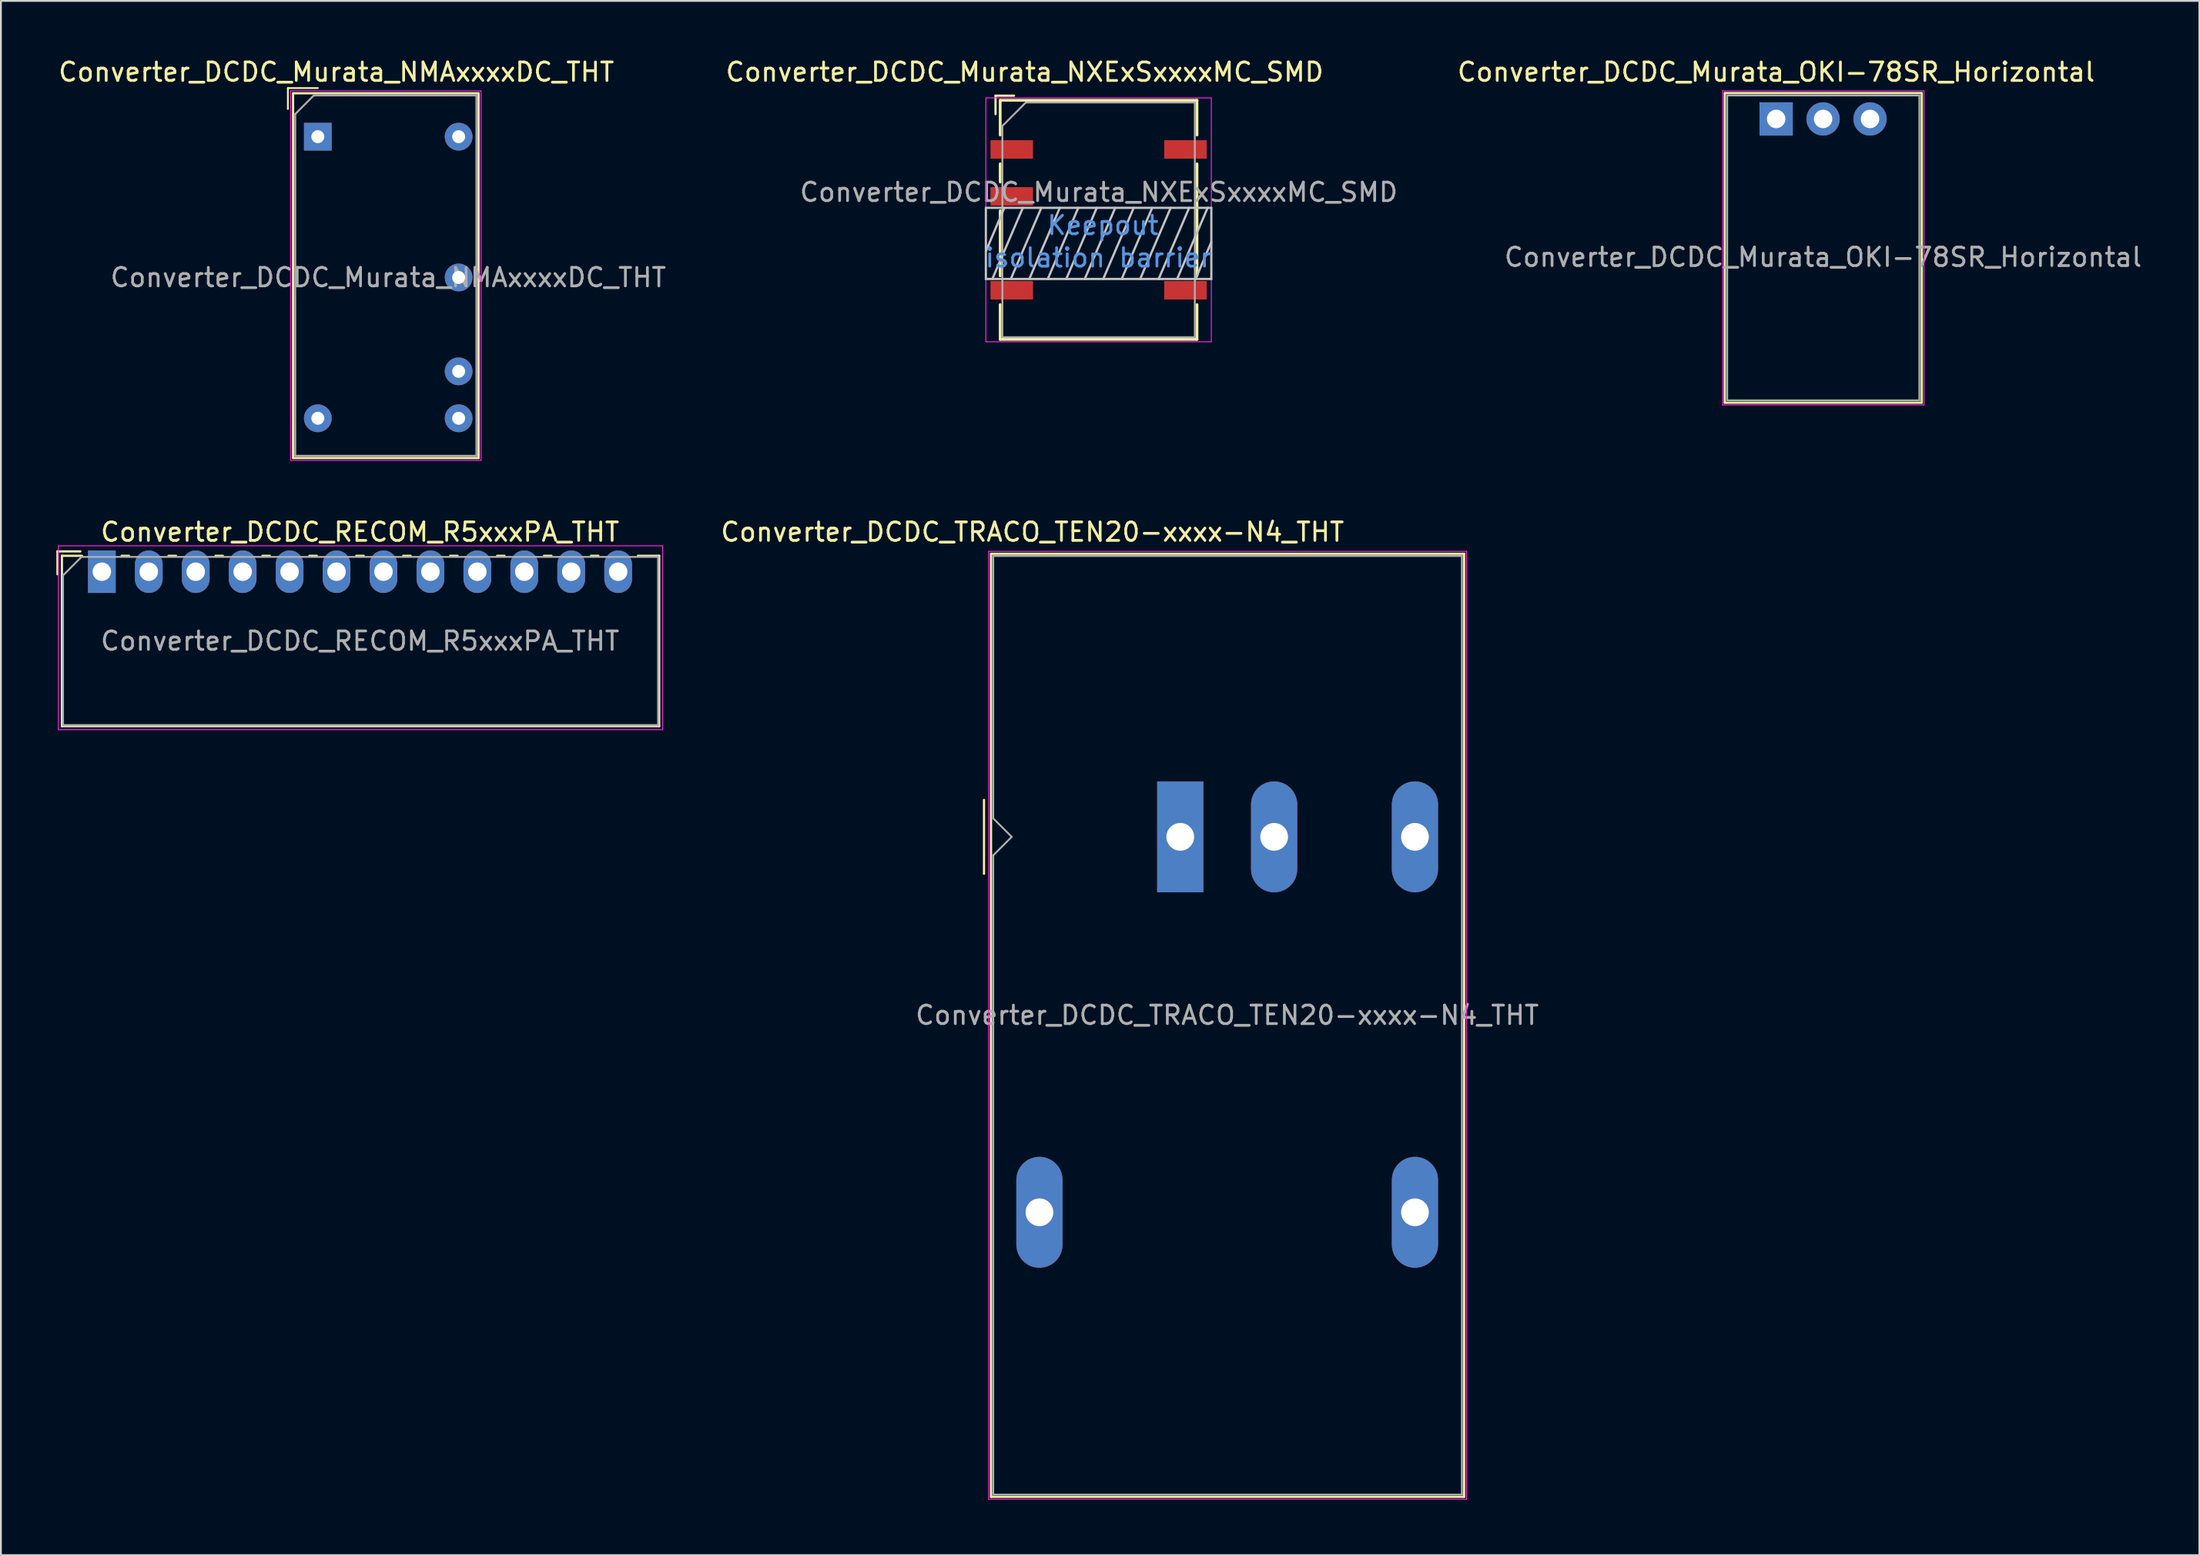
<source format=kicad_pcb>
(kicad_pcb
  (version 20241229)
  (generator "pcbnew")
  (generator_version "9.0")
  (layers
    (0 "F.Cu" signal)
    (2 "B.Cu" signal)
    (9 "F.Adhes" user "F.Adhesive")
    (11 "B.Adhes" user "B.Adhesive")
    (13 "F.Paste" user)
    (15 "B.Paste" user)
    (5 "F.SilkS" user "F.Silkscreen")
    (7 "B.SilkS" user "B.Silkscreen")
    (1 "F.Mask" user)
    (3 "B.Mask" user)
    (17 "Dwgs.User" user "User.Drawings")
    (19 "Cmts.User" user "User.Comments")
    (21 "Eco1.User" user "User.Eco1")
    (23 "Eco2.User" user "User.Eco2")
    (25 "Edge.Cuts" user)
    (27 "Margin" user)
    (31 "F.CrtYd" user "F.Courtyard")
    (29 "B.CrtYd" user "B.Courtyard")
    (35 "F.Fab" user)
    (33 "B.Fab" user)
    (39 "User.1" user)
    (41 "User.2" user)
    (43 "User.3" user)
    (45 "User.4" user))
  (footprint "Converter_DCDC_Murata_OKI-78SR_Horizontal"
    (layer "F.Cu")
    (at 93.064 3.388)
    (property "Reference" "Converter_DCDC_Murata_OKI-78SR_Horizontal" (at 0 -2.54 180) (layer "F.SilkS") (effects (font (size 1 1) (thickness 0.15))))
    (attr through_hole)
    (fp_line (start -2.78 -1.4) (end -2.78 15.36) (stroke (width 0.12) (type solid)) (layer "F.SilkS"))
    (fp_line (start -2.78 15.36) (end 7.88 15.36) (stroke (width 0.12) (type solid)) (layer "F.SilkS"))
    (fp_line (start 7.88 -1.4) (end -2.77 -1.4) (stroke (width 0.12) (type solid)) (layer "F.SilkS"))
    (fp_line (start 7.88 15.36) (end 7.88 -1.4) (stroke (width 0.12) (type solid)) (layer "F.SilkS"))
    (fp_line (start -2.9 -1.52) (end -2.9 15.48) (stroke (width 0.05) (type solid)) (layer "F.CrtYd"))
    (fp_line (start -2.9 15.48) (end 8 15.48) (stroke (width 0.05) (type solid)) (layer "F.CrtYd"))
    (fp_line (start 8 -1.52) (end -2.9 -1.52) (stroke (width 0.05) (type solid)) (layer "F.CrtYd"))
    (fp_line (start 8 15.48) (end 8 -1.52) (stroke (width 0.05) (type solid)) (layer "F.CrtYd"))
    (fp_line (start -2.65 -1.27) (end 7.75 -1.27) (stroke (width 0.1) (type solid)) (layer "F.Fab"))
    (fp_line (start -2.65 15.23) (end -2.65 -1.27) (stroke (width 0.1) (type solid)) (layer "F.Fab"))
    (fp_line (start 7.75 -1.27) (end 7.75 15.23) (stroke (width 0.1) (type solid)) (layer "F.Fab"))
    (fp_line (start 7.75 15.23) (end -2.65 15.23) (stroke (width 0.1) (type solid)) (layer "F.Fab"))
    (fp_text user "${REFERENCE}" (at 2.54 7.48 180) (layer "F.Fab") (effects (font (size 1 1) (thickness 0.15))))
    (pad "1" thru_hole rect (at 0 0 180) (size 1.8 1.8) (drill 1) (layers "*.Cu" "*.Mask"))
    (pad "2" thru_hole circle (at 2.54 0 180) (size 1.8 1.8) (drill 1) (layers "*.Cu" "*.Mask"))
    (pad "3" thru_hole circle (at 5.08 0 180) (size 1.8 1.8) (drill 1) (layers "*.Cu" "*.Mask")))
  (footprint "Converter_DCDC_RECOM_R5xxxPA_THT"
    (layer "F.Cu")
    (at 2.461 27.892)
    (property "Reference" "Converter_DCDC_RECOM_R5xxxPA_THT" (at 13.97 -2.15 0) (layer "F.SilkS") (effects (font (size 1 1) (thickness 0.15))))
    (attr through_hole)
    (fp_line (start -2.401 -1.1) (end -1.161 -1.1) (stroke (width 0.12) (type solid)) (layer "F.SilkS"))
    (fp_line (start -2.401 0.14) (end -2.401 -1.1) (stroke (width 0.12) (type solid)) (layer "F.SilkS"))
    (fp_line (start -2.16 -0.861) (end -2.16 8.36) (stroke (width 0.12) (type solid)) (layer "F.SilkS"))
    (fp_line (start -2.16 -0.861) (end -1.07 -0.861) (stroke (width 0.12) (type solid)) (layer "F.SilkS"))
    (fp_line (start -2.16 8.36) (end 30.16 8.36) (stroke (width 0.12) (type solid)) (layer "F.SilkS"))
    (fp_line (start 1.07 -0.861) (end 1.471 -0.861) (stroke (width 0.12) (type solid)) (layer "F.SilkS"))
    (fp_line (start 3.61 -0.861) (end 4.01 -0.861) (stroke (width 0.12) (type solid)) (layer "F.SilkS"))
    (fp_line (start 6.15 -0.861) (end 6.551 -0.861) (stroke (width 0.12) (type solid)) (layer "F.SilkS"))
    (fp_line (start 8.69 -0.861) (end 9.09 -0.861) (stroke (width 0.12) (type solid)) (layer "F.SilkS"))
    (fp_line (start 11.23 -0.861) (end 11.63 -0.861) (stroke (width 0.12) (type solid)) (layer "F.SilkS"))
    (fp_line (start 13.77 -0.861) (end 14.17 -0.861) (stroke (width 0.12) (type solid)) (layer "F.SilkS"))
    (fp_line (start 16.31 -0.861) (end 16.71 -0.861) (stroke (width 0.12) (type solid)) (layer "F.SilkS"))
    (fp_line (start 18.85 -0.861) (end 19.25 -0.861) (stroke (width 0.12) (type solid)) (layer "F.SilkS"))
    (fp_line (start 21.39 -0.861) (end 21.79 -0.861) (stroke (width 0.12) (type solid)) (layer "F.SilkS"))
    (fp_line (start 23.93 -0.861) (end 24.33 -0.861) (stroke (width 0.12) (type solid)) (layer "F.SilkS"))
    (fp_line (start 26.47 -0.861) (end 26.87 -0.861) (stroke (width 0.12) (type solid)) (layer "F.SilkS"))
    (fp_line (start 29.01 -0.861) (end 30.16 -0.861) (stroke (width 0.12) (type solid)) (layer "F.SilkS"))
    (fp_line (start 30.16 -0.861) (end 30.16 8.36) (stroke (width 0.12) (type solid)) (layer "F.SilkS"))
    (fp_line (start -2.35 -1.4) (end -2.35 8.55) (stroke (width 0.05) (type solid)) (layer "F.CrtYd"))
    (fp_line (start -2.35 8.55) (end 30.35 8.55) (stroke (width 0.05) (type solid)) (layer "F.CrtYd"))
    (fp_line (start 30.35 -1.4) (end -2.35 -1.4) (stroke (width 0.05) (type solid)) (layer "F.CrtYd"))
    (fp_line (start 30.35 8.55) (end 30.35 -1.4) (stroke (width 0.05) (type solid)) (layer "F.CrtYd"))
    (fp_line (start -2.1 0.2) (end -1.1 -0.8) (stroke (width 0.1) (type solid)) (layer "F.Fab"))
    (fp_line (start -2.1 8.3) (end -2.1 0.2) (stroke (width 0.1) (type solid)) (layer "F.Fab"))
    (fp_line (start -1.1 -0.8) (end 30.1 -0.8) (stroke (width 0.1) (type solid)) (layer "F.Fab"))
    (fp_line (start 30.1 -0.8) (end 30.1 8.3) (stroke (width 0.1) (type solid)) (layer "F.Fab"))
    (fp_line (start 30.1 8.3) (end -2.1 8.3) (stroke (width 0.1) (type solid)) (layer "F.Fab"))
    (fp_text user "${REFERENCE}" (at 13.97 3.75 0) (layer "F.Fab") (effects (font (size 1 1) (thickness 0.15))))
    (pad "1" thru_hole rect (at 0 0) (size 1.5 2.3) (drill 1) (layers "*.Cu" "*.Mask"))
    (pad "2" thru_hole oval (at 2.54 0) (size 1.5 2.3) (drill 1) (layers "*.Cu" "*.Mask"))
    (pad "3" thru_hole oval (at 5.08 0) (size 1.5 2.3) (drill 1) (layers "*.Cu" "*.Mask"))
    (pad "4" thru_hole oval (at 7.62 0) (size 1.5 2.3) (drill 1) (layers "*.Cu" "*.Mask"))
    (pad "5" thru_hole oval (at 10.16 0) (size 1.5 2.3) (drill 1) (layers "*.Cu" "*.Mask"))
    (pad "6" thru_hole oval (at 12.7 0) (size 1.5 2.3) (drill 1) (layers "*.Cu" "*.Mask"))
    (pad "7" thru_hole oval (at 15.24 0) (size 1.5 2.3) (drill 1) (layers "*.Cu" "*.Mask"))
    (pad "8" thru_hole oval (at 17.78 0) (size 1.5 2.3) (drill 1) (layers "*.Cu" "*.Mask"))
    (pad "9" thru_hole oval (at 20.32 0) (size 1.5 2.3) (drill 1) (layers "*.Cu" "*.Mask"))
    (pad "10" thru_hole oval (at 22.86 0) (size 1.5 2.3) (drill 1) (layers "*.Cu" "*.Mask"))
    (pad "11" thru_hole oval (at 25.4 0) (size 1.5 2.3) (drill 1) (layers "*.Cu" "*.Mask"))
    (pad "12" thru_hole oval (at 27.94 0) (size 1.5 2.3) (drill 1) (layers "*.Cu" "*.Mask")))
  (footprint "Converter_DCDC_Murata_NXExSxxxxMC_SMD"
    (layer "F.Cu")
    (at 56.399 10.118)
    (property "Reference" "Converter_DCDC_Murata_NXExSxxxxMC_SMD" (at -4 -9.27 0) (layer "F.SilkS") (effects (font (size 1 1) (thickness 0.15))))
    (attr smd)
    (fp_line (start -5.577 -7.99) (end -5.577 -6.99) (stroke (width 0.12) (type solid)) (layer "F.SilkS"))
    (fp_line (start -5.325 -7.74) (end 5.325 -7.74) (stroke (width 0.15) (type solid)) (layer "F.SilkS"))
    (fp_line (start -5.325 -5.86) (end -5.325 -7.74) (stroke (width 0.15) (type solid)) (layer "F.SilkS"))
    (fp_line (start -5.325 -3.32) (end -5.325 -4.3) (stroke (width 0.15) (type solid)) (layer "F.SilkS"))
    (fp_line (start -5.325 1.76) (end -5.325 -1.76) (stroke (width 0.15) (type solid)) (layer "F.SilkS"))
    (fp_line (start -5.325 5.2) (end -5.325 3.32) (stroke (width 0.15) (type solid)) (layer "F.SilkS"))
    (fp_line (start -4.577 -7.99) (end -5.577 -7.99) (stroke (width 0.12) (type solid)) (layer "F.SilkS"))
    (fp_line (start 5.325 -7.74) (end 5.325 -5.86) (stroke (width 0.15) (type solid)) (layer "F.SilkS"))
    (fp_line (start 5.325 -4.3) (end 5.325 1.76) (stroke (width 0.15) (type solid)) (layer "F.SilkS"))
    (fp_line (start 5.325 3.32) (end 5.325 5.2) (stroke (width 0.15) (type solid)) (layer "F.SilkS"))
    (fp_line (start 5.325 5.2) (end -5.325 5.2) (stroke (width 0.15) (type solid)) (layer "F.SilkS"))
    (fp_line (start -6.1 -1.92) (end 6.1 -1.92) (stroke (width 0.12) (type solid)) (layer "Dwgs.User"))
    (fp_line (start -6.1 0.427) (end -5.1 -1.92) (stroke (width 0.12) (type solid)) (layer "Dwgs.User"))
    (fp_line (start -6.1 1.93) (end -6.1 -1.92) (stroke (width 0.12) (type solid)) (layer "Dwgs.User"))
    (fp_line (start -5.75 1.93) (end -4.1 -1.92) (stroke (width 0.12) (type solid)) (layer "Dwgs.User"))
    (fp_line (start -4.75 1.93) (end -3.1 -1.92) (stroke (width 0.12) (type solid)) (layer "Dwgs.User"))
    (fp_line (start -3.75 1.93) (end -2.1 -1.92) (stroke (width 0.12) (type solid)) (layer "Dwgs.User"))
    (fp_line (start -2.75 1.93) (end -1.1 -1.92) (stroke (width 0.12) (type solid)) (layer "Dwgs.User"))
    (fp_line (start -1.75 1.93) (end -0.1 -1.92) (stroke (width 0.12) (type solid)) (layer "Dwgs.User"))
    (fp_line (start -0.75 1.93) (end 0.9 -1.92) (stroke (width 0.12) (type solid)) (layer "Dwgs.User"))
    (fp_line (start 0.25 1.93) (end 1.9 -1.92) (stroke (width 0.12) (type solid)) (layer "Dwgs.User"))
    (fp_line (start 1.25 1.93) (end 2.9 -1.92) (stroke (width 0.12) (type solid)) (layer "Dwgs.User"))
    (fp_line (start 2.25 1.93) (end 3.9 -1.92) (stroke (width 0.12) (type solid)) (layer "Dwgs.User"))
    (fp_line (start 3.25 1.93) (end 4.9 -1.92) (stroke (width 0.12) (type solid)) (layer "Dwgs.User"))
    (fp_line (start 4.25 1.93) (end 5.9 -1.92) (stroke (width 0.12) (type solid)) (layer "Dwgs.User"))
    (fp_line (start 5.25 1.93) (end 6.1 -0.067) (stroke (width 0.12) (type solid)) (layer "Dwgs.User"))
    (fp_line (start 6.1 -1.92) (end 6.1 1.93) (stroke (width 0.12) (type solid)) (layer "Dwgs.User"))
    (fp_line (start 6.1 1.93) (end -6.1 1.93) (stroke (width 0.12) (type solid)) (layer "Dwgs.User"))
    (fp_line (start -6.1 5.33) (end -6.1 -7.87) (stroke (width 0.05) (type solid)) (layer "F.CrtYd"))
    (fp_line (start 6.1 -7.87) (end -6.1 -7.87) (stroke (width 0.05) (type solid)) (layer "F.CrtYd"))
    (fp_line (start 6.1 -7.87) (end 6.1 5.33) (stroke (width 0.05) (type solid)) (layer "F.CrtYd"))
    (fp_line (start 6.1 5.33) (end -6.1 5.33) (stroke (width 0.05) (type solid)) (layer "F.CrtYd"))
    (fp_line (start -5.207 5.08) (end -5.207 -6.35) (stroke (width 0.1) (type solid)) (layer "F.Fab"))
    (fp_line (start -3.937 -7.62) (end -5.207 -6.35) (stroke (width 0.1) (type solid)) (layer "F.Fab"))
    (fp_line (start -3.937 -7.62) (end 5.207 -7.62) (stroke (width 0.1) (type solid)) (layer "F.Fab"))
    (fp_line (start 5.207 -7.62) (end 5.207 5.08) (stroke (width 0.1) (type solid)) (layer "F.Fab"))
    (fp_line (start 5.207 5.08) (end -5.207 5.08) (stroke (width 0.1) (type solid)) (layer "F.Fab"))
    (fp_text user "Keepout" (at 0.234 -0.973 0) (layer "Cmts.User") (effects (font (size 1 1) (thickness 0.15))))
    (fp_text user "isolation barrier" (at -0.01 0.78 0) (layer "Cmts.User") (effects (font (size 1 1) (thickness 0.15))))
    (fp_text user "${REFERENCE}" (at 0.01 -2.766 0) (layer "F.Fab") (effects (font (size 1 1) (thickness 0.15))))
    (pad "1" smd rect (at -4.7 -5.08) (size 2.3 1) (layers "F.Cu" "F.Mask" "F.Paste"))
    (pad "3" smd rect (at -4.7 -2.54) (size 2.3 1) (layers "F.Cu" "F.Mask" "F.Paste"))
    (pad "7" smd rect (at -4.7 2.54) (size 2.3 1) (layers "F.Cu" "F.Mask" "F.Paste"))
    (pad "8" smd rect (at 4.7 2.54) (size 2.3 1) (layers "F.Cu" "F.Mask" "F.Paste"))
    (pad "14" smd rect (at 4.7 -5.08) (size 2.3 1) (layers "F.Cu" "F.Mask" "F.Paste")))
  (footprint "Converter_DCDC_Murata_NMAxxxxDC_THT"
    (layer "F.Cu")
    (at 14.149 4.348)
    (property "Reference" "Converter_DCDC_Murata_NMAxxxxDC_THT" (at 1 -3.5 0) (layer "F.SilkS") (effects (font (size 1 1) (thickness 0.15))))
    (attr through_hole)
    (fp_line (start -1.62 -2.63) (end -1.62 -1.5) (stroke (width 0.1) (type solid)) (layer "F.SilkS"))
    (fp_line (start -1.34 -2.35) (end -1.34 17.39) (stroke (width 0.12) (type solid)) (layer "F.SilkS"))
    (fp_line (start -1.34 -2.35) (end 8.7 -2.35) (stroke (width 0.12) (type solid)) (layer "F.SilkS"))
    (fp_line (start -1.34 17.39) (end 8.7 17.39) (stroke (width 0.12) (type solid)) (layer "F.SilkS"))
    (fp_line (start 0 -2.63) (end -1.62 -2.63) (stroke (width 0.1) (type solid)) (layer "F.SilkS"))
    (fp_line (start 8.7 17.39) (end 8.7 -2.35) (stroke (width 0.12) (type solid)) (layer "F.SilkS"))
    (fp_line (start -1.47 -2.48) (end -1.47 17.52) (stroke (width 0.05) (type solid)) (layer "F.CrtYd"))
    (fp_line (start -1.47 17.52) (end 8.83 17.52) (stroke (width 0.05) (type solid)) (layer "F.CrtYd"))
    (fp_line (start 8.83 -2.48) (end -1.47 -2.48) (stroke (width 0.05) (type solid)) (layer "F.CrtYd"))
    (fp_line (start 8.83 17.52) (end 8.83 -2.48) (stroke (width 0.05) (type solid)) (layer "F.CrtYd"))
    (fp_line (start -1.22 17.27) (end -1.22 -1.23) (stroke (width 0.1) (type solid)) (layer "F.Fab"))
    (fp_line (start -0.22 -2.23) (end -1.22 -1.23) (stroke (width 0.1) (type solid)) (layer "F.Fab"))
    (fp_line (start -0.22 -2.23) (end 8.58 -2.23) (stroke (width 0.1) (type solid)) (layer "F.Fab"))
    (fp_line (start 8.58 -2.23) (end 8.58 17.27) (stroke (width 0.1) (type solid)) (layer "F.Fab"))
    (fp_line (start 8.58 17.27) (end -1.22 17.27) (stroke (width 0.1) (type solid)) (layer "F.Fab"))
    (fp_text user "${REFERENCE}" (at 3.81 7.62 0) (layer "F.Fab") (effects (font (size 1 1) (thickness 0.15))))
    (pad "1" thru_hole rect (at 0 0) (size 1.5 1.5) (drill 0.7) (layers "*.Cu" "*.Mask"))
    (pad "7" thru_hole oval (at 0 15.24) (size 1.5 1.5) (drill 0.7) (layers "*.Cu" "*.Mask"))
    (pad "8" thru_hole oval (at 7.62 15.24) (size 1.5 1.5) (drill 0.7) (layers "*.Cu" "*.Mask"))
    (pad "9" thru_hole oval (at 7.62 12.7) (size 1.5 1.5) (drill 0.7) (layers "*.Cu" "*.Mask"))
    (pad "11" thru_hole oval (at 7.62 7.62) (size 1.5 1.5) (drill 0.7) (layers "*.Cu" "*.Mask"))
    (pad "14" thru_hole oval (at 7.62 0) (size 1.5 1.5) (drill 0.7) (layers "*.Cu" "*.Mask")))
  (footprint "Converter_DCDC_TRACO_TEN20-xxxx-N4_THT"
    (layer "F.Cu")
    (at 60.818 42.242)
    (property "Reference" "Converter_DCDC_TRACO_TEN20-xxxx-N4_THT" (at -8 -16.5 180) (layer "F.SilkS") (effects (font (size 1 1) (thickness 0.15))))
    (attr through_hole)
    (fp_line (start -10.62 -2) (end -10.62 2) (stroke (width 0.12) (type solid)) (layer "F.SilkS"))
    (fp_line (start -10.24 -15.32) (end 15.36 -15.32) (stroke (width 0.12) (type solid)) (layer "F.SilkS"))
    (fp_line (start -10.24 35.72) (end -10.24 -15.32) (stroke (width 0.12) (type solid)) (layer "F.SilkS"))
    (fp_line (start 15.36 -15.32) (end 15.36 35.72) (stroke (width 0.12) (type solid)) (layer "F.SilkS"))
    (fp_line (start 15.36 35.72) (end -10.24 35.72) (stroke (width 0.12) (type solid)) (layer "F.SilkS"))
    (fp_line (start -10.37 -15.45) (end 15.49 -15.45) (stroke (width 0.05) (type solid)) (layer "F.CrtYd"))
    (fp_line (start -10.37 35.85) (end -10.37 -15.45) (stroke (width 0.05) (type solid)) (layer "F.CrtYd"))
    (fp_line (start -10.37 35.85) (end 15.49 35.85) (stroke (width 0.05) (type solid)) (layer "F.CrtYd"))
    (fp_line (start 15.49 35.85) (end 15.49 -15.45) (stroke (width 0.05) (type solid)) (layer "F.CrtYd"))
    (fp_line (start -10.12 -1) (end -10.12 -15.2) (stroke (width 0.1) (type solid)) (layer "F.Fab"))
    (fp_line (start -10.12 1) (end -10.12 35.6) (stroke (width 0.1) (type solid)) (layer "F.Fab"))
    (fp_line (start -10.12 1) (end -9.12 0) (stroke (width 0.1) (type solid)) (layer "F.Fab"))
    (fp_line (start -10.12 35.6) (end 15.24 35.6) (stroke (width 0.1) (type solid)) (layer "F.Fab"))
    (fp_line (start -9.12 0) (end -10.12 -1) (stroke (width 0.1) (type solid)) (layer "F.Fab"))
    (fp_line (start 15.24 -15.2) (end -10.12 -15.2) (stroke (width 0.1) (type solid)) (layer "F.Fab"))
    (fp_line (start 15.24 35.6) (end 15.24 -15.2) (stroke (width 0.1) (type solid)) (layer "F.Fab"))
    (fp_text user "${REFERENCE}" (at 2.54 9.652 0) (layer "F.Fab") (effects (font (size 1 1) (thickness 0.15))))
    (pad "1" thru_hole rect (at 0 0 90) (size 6 2.5) (drill 1.5) (layers "*.Cu" "*.Mask"))
    (pad "2" thru_hole oval (at 5.08 0 90) (size 6 2.5) (drill 1.5) (layers "*.Cu" "*.Mask"))
    (pad "3" thru_hole oval (at -7.62 20.32 90) (size 6 2.5) (drill 1.5) (layers "*.Cu" "*.Mask"))
    (pad "5" thru_hole oval (at 12.7 20.32 90) (size 6 2.5) (drill 1.5) (layers "*.Cu" "*.Mask"))
    (pad "6" thru_hole oval (at 12.7 0 90) (size 6 2.5) (drill 1.5) (layers "*.Cu" "*.Mask")))
  (gr_rect
    (start -3 -3)
    (end 115.967 81.117)
    (stroke (width 0.1) (type default))
    (fill no)
    (layer "Edge.Cuts")))
</source>
